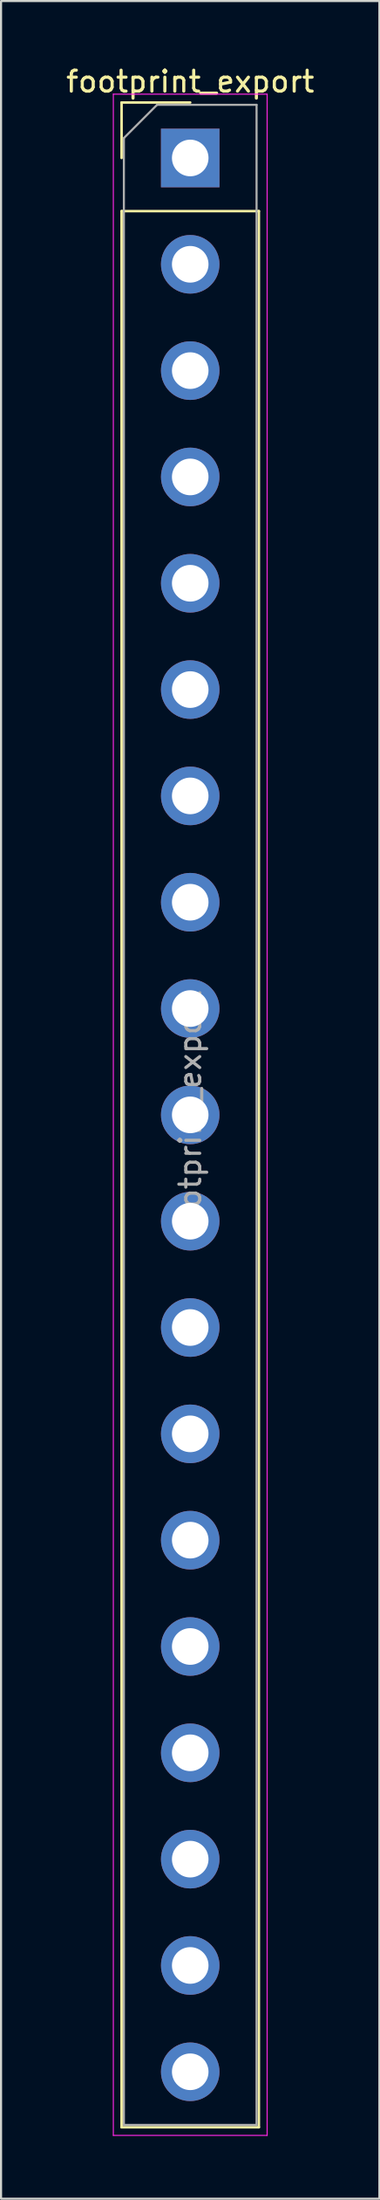
<source format=kicad_pcb>
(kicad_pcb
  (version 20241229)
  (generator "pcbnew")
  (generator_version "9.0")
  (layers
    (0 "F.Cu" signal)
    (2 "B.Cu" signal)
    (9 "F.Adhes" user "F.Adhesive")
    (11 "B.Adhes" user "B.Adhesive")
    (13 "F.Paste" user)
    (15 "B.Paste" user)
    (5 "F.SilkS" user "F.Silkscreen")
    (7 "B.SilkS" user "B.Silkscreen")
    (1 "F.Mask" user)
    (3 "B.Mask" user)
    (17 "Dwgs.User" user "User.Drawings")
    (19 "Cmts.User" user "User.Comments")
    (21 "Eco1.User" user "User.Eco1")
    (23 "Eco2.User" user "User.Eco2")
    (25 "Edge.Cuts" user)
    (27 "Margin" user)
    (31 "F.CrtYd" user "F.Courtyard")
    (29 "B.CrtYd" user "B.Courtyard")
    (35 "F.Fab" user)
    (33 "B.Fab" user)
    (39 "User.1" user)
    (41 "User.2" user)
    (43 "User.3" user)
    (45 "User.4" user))
  (footprint "footprint_export"
    (layer "F.Cu")
    (at 6.054 4.498)
    (property "Reference" "footprint_export" (at 0 -3.65 0) (layer "F.SilkS") (effects (font (size 1 1) (thickness 0.15))))
    (attr through_hole)
    (fp_line (start -3.285 -2.65) (end 0 -2.65) (stroke (width 0.12) (type solid)) (layer "F.SilkS"))
    (fp_line (start -3.285 0) (end -3.285 -2.65) (stroke (width 0.12) (type solid)) (layer "F.SilkS"))
    (fp_line (start -3.285 2.54) (end -3.285 94.09) (stroke (width 0.12) (type solid)) (layer "F.SilkS"))
    (fp_line (start -3.285 2.54) (end 3.285 2.54) (stroke (width 0.12) (type solid)) (layer "F.SilkS"))
    (fp_line (start -3.285 94.09) (end 3.285 94.09) (stroke (width 0.12) (type solid)) (layer "F.SilkS"))
    (fp_line (start 3.285 2.54) (end 3.285 94.09) (stroke (width 0.12) (type solid)) (layer "F.SilkS"))
    (fp_line (start -3.68 -3.05) (end -3.68 94.48) (stroke (width 0.05) (type solid)) (layer "F.CrtYd"))
    (fp_line (start -3.68 94.48) (end 3.68 94.48) (stroke (width 0.05) (type solid)) (layer "F.CrtYd"))
    (fp_line (start 3.68 -3.05) (end -3.68 -3.05) (stroke (width 0.05) (type solid)) (layer "F.CrtYd"))
    (fp_line (start 3.68 94.48) (end 3.68 -3.05) (stroke (width 0.05) (type solid)) (layer "F.CrtYd"))
    (fp_line (start -3.175 -0.953) (end -1.587 -2.54) (stroke (width 0.1) (type solid)) (layer "F.Fab"))
    (fp_line (start -3.175 93.98) (end -3.175 -0.953) (stroke (width 0.1) (type solid)) (layer "F.Fab"))
    (fp_line (start -1.587 -2.54) (end 3.175 -2.54) (stroke (width 0.1) (type solid)) (layer "F.Fab"))
    (fp_line (start 3.175 -2.54) (end 3.175 93.98) (stroke (width 0.1) (type solid)) (layer "F.Fab"))
    (fp_line (start 3.175 93.98) (end -3.175 93.98) (stroke (width 0.1) (type solid)) (layer "F.Fab"))
    (fp_text user "${REFERENCE}" (at 0 45.72 90) (layer "F.Fab") (effects (font (size 1 1) (thickness 0.15))))
    (pad "1" thru_hole rect (at 0 0) (size 2.8 2.8) (drill 1.75) (layers "*.Cu" "*.Mask"))
    (pad "2" thru_hole circle (at 0 5.08) (size 2.8 2.8) (drill 1.75) (layers "*.Cu" "*.Mask"))
    (pad "3" thru_hole circle (at 0 10.16) (size 2.8 2.8) (drill 1.75) (layers "*.Cu" "*.Mask"))
    (pad "4" thru_hole circle (at 0 15.24) (size 2.8 2.8) (drill 1.75) (layers "*.Cu" "*.Mask"))
    (pad "5" thru_hole circle (at 0 20.32) (size 2.8 2.8) (drill 1.75) (layers "*.Cu" "*.Mask"))
    (pad "6" thru_hole circle (at 0 25.4) (size 2.8 2.8) (drill 1.75) (layers "*.Cu" "*.Mask"))
    (pad "7" thru_hole circle (at 0 30.48) (size 2.8 2.8) (drill 1.75) (layers "*.Cu" "*.Mask"))
    (pad "8" thru_hole circle (at 0 35.56) (size 2.8 2.8) (drill 1.75) (layers "*.Cu" "*.Mask"))
    (pad "9" thru_hole circle (at 0 40.64) (size 2.8 2.8) (drill 1.75) (layers "*.Cu" "*.Mask"))
    (pad "10" thru_hole circle (at 0 45.72) (size 2.8 2.8) (drill 1.75) (layers "*.Cu" "*.Mask"))
    (pad "11" thru_hole circle (at 0 50.8) (size 2.8 2.8) (drill 1.75) (layers "*.Cu" "*.Mask"))
    (pad "12" thru_hole circle (at 0 55.88) (size 2.8 2.8) (drill 1.75) (layers "*.Cu" "*.Mask"))
    (pad "13" thru_hole circle (at 0 60.96) (size 2.8 2.8) (drill 1.75) (layers "*.Cu" "*.Mask"))
    (pad "14" thru_hole circle (at 0 66.04) (size 2.8 2.8) (drill 1.75) (layers "*.Cu" "*.Mask"))
    (pad "15" thru_hole circle (at 0 71.12) (size 2.8 2.8) (drill 1.75) (layers "*.Cu" "*.Mask"))
    (pad "16" thru_hole circle (at 0 76.2) (size 2.8 2.8) (drill 1.75) (layers "*.Cu" "*.Mask"))
    (pad "17" thru_hole circle (at 0 81.28) (size 2.8 2.8) (drill 1.75) (layers "*.Cu" "*.Mask"))
    (pad "18" thru_hole circle (at 0 86.36) (size 2.8 2.8) (drill 1.75) (layers "*.Cu" "*.Mask"))
    (pad "19" thru_hole circle (at 0 91.44) (size 2.8 2.8) (drill 1.75) (layers "*.Cu" "*.Mask")))
  (gr_rect
    (start -3 -3)
    (end 15.107 102.003)
    (stroke (width 0.1) (type default))
    (fill no)
    (layer "Edge.Cuts")))
</source>
